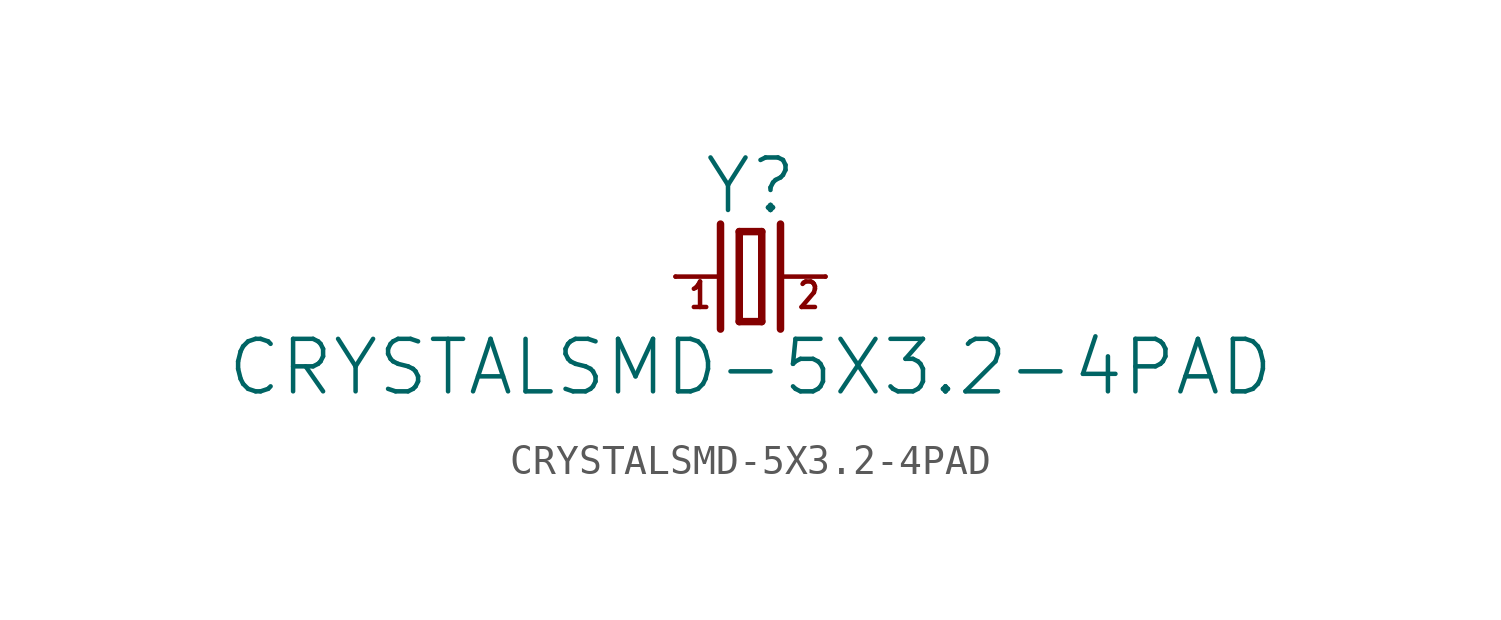
<source format=kicad_sym>
(kicad_symbol_lib
  (version 20211014)
  (generator kicad_symbol_editor)
  (symbol "CRYSTALSMD-5X3.2-4PAD"
    (property "Reference" "Y"
      (at 0 2.032 0)
      (effects (font (size 1.778 1.778)) (justify bottom)))
    (property "Value" "CRYSTALSMD-5X3.2-4PAD"
      (at 0 -2.032 0)
      (effects (font (size 1.778 1.778)) (justify top)))
    (property "ki_locked" ""
      (at 0 0 0)
      (effects (font (size 1.27 1.27))))
    (symbol "CRYSTALSMD-5X3.2-4PAD_1_0"
      (polyline (pts (xy -2.54 0) (xy -1.016 0)) (stroke (width 0.152) (type default) (color 0 0 0 0)) (fill (type none)))
      (polyline (pts (xy -1.016 1.778) (xy -1.016 -1.778)) (stroke (width 0.254) (type default) (color 0 0 0 0)) (fill (type none)))
      (polyline (pts (xy -0.381 -1.524) (xy 0.381 -1.524)) (stroke (width 0.254) (type default) (color 0 0 0 0)) (fill (type none)))
      (polyline (pts (xy -0.381 1.524) (xy -0.381 -1.524)) (stroke (width 0.254) (type default) (color 0 0 0 0)) (fill (type none)))
      (polyline (pts (xy 0.381 -1.524) (xy 0.381 1.524)) (stroke (width 0.254) (type default) (color 0 0 0 0)) (fill (type none)))
      (polyline (pts (xy 0.381 1.524) (xy -0.381 1.524)) (stroke (width 0.254) (type default) (color 0 0 0 0)) (fill (type none)))
      (polyline (pts (xy 1.016 0) (xy 2.54 0)) (stroke (width 0.152) (type default) (color 0 0 0 0)) (fill (type none)))
      (polyline (pts (xy 1.016 1.778) (xy 1.016 -1.778)) (stroke (width 0.254) (type default) (color 0 0 0 0)) (fill (type none)))
      (text "1" (at -2.159 -1.143 0) (effects (font (size 0.864 0.734)) (justify left bottom)))
      (text "2" (at 1.524 -1.143 0) (effects (font (size 0.864 0.734)) (justify left bottom)))
      (pin passive line (at -2.54 0 0) (length 0) (name "1" (effects (font (size 0 0)))) (number "1" (effects (font (size 0 0)))))
      (pin passive line (at 2.54 0 180) (length 0) (name "2" (effects (font (size 0 0)))) (number "3" (effects (font (size 0 0))))))))
</source>
